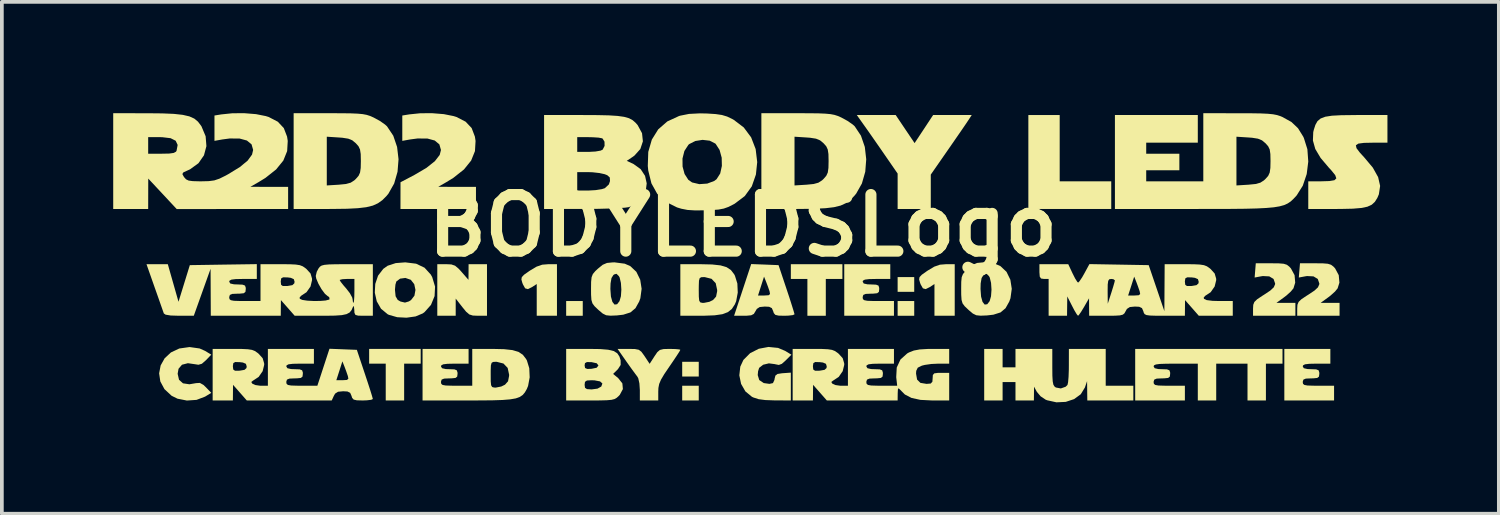
<source format=kicad_pcb>
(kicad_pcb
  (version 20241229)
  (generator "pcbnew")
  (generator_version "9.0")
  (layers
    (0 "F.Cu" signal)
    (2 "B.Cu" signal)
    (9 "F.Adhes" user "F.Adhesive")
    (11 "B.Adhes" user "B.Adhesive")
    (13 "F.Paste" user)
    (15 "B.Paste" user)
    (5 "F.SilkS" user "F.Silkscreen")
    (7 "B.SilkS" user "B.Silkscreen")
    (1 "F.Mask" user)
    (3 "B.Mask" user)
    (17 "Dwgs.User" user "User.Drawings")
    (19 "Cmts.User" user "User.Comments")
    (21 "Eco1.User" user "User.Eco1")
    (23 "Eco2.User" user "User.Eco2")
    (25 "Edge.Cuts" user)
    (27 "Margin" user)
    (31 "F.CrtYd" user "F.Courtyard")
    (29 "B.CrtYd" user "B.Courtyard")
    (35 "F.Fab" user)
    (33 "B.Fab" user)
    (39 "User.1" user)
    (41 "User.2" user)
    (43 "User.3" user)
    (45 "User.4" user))
  (footprint "BODYLEDSLogo"
    (layer "F.Cu")
    (at 16.966 3.026)
    (property "Reference" "BODYLEDSLogo" (at 0 0 0) (layer "F.SilkS") (effects (font (size 1.524 1.524) (thickness 0.3))))
    (attr board_only exclude_from_pos_files exclude_from_bom)
    (fp_poly (pts (xy -4.316 2.431) (xy -4.763 2.431) (xy -4.763 2.034) (xy -4.316 2.034)) (stroke (width 0) (type solid)) (fill yes) (layer "F.SilkS"))
    (fp_poly (pts (xy -1.191 4.068) (xy -1.637 4.068) (xy -1.637 3.671) (xy -1.191 3.671)) (stroke (width 0) (type solid)) (fill yes) (layer "F.SilkS"))
    (fp_poly (pts (xy -1.191 4.713) (xy -1.637 4.713) (xy -1.637 4.316) (xy -1.191 4.316)) (stroke (width 0) (type solid)) (fill yes) (layer "F.SilkS"))
    (fp_poly (pts (xy 4.614 1.786) (xy 4.167 1.786) (xy 4.167 1.389) (xy 4.614 1.389)) (stroke (width 0) (type solid)) (fill yes) (layer "F.SilkS"))
    (fp_poly (pts (xy 4.614 2.431) (xy 4.167 2.431) (xy 4.167 2.034) (xy 4.614 2.034)) (stroke (width 0) (type solid)) (fill yes) (layer "F.SilkS"))
    (fp_poly (pts (xy 8.533 -1.191) (xy 9.922 -1.191) (xy 9.922 -0.446) (xy 7.689 -0.446) (xy 7.689 -2.977) (xy 8.533 -2.977)) (stroke (width 0) (type solid)) (fill yes) (layer "F.SilkS"))
    (fp_poly (pts (xy -8.682 3.721) (xy -9.128 3.721) (xy -9.128 4.713) (xy -9.624 4.713) (xy -9.624 3.721) (xy -10.071 3.721) (xy -10.071 3.324) (xy -8.682 3.324)) (stroke (width 0) (type solid)) (fill yes) (layer "F.SilkS"))
    (fp_poly (pts (xy 2.679 1.439) (xy 2.232 1.439) (xy 2.232 2.431) (xy 1.736 2.431) (xy 1.736 1.439) (xy 1.29 1.439) (xy 1.29 1.042) (xy 2.679 1.042)) (stroke (width 0) (type solid)) (fill yes) (layer "F.SilkS"))
    (fp_poly (pts (xy -5.011 2.431) (xy -5.556 2.431) (xy -5.556 1.576) (xy -5.682 1.658) (xy -5.793 1.713) (xy -5.868 1.692) (xy -5.928 1.585) (xy -5.946 1.538) (xy -5.969 1.453) (xy -5.958 1.39) (xy -5.897 1.325) (xy -5.769 1.235) (xy -5.74 1.215) (xy -5.561 1.108) (xy -5.409 1.055) (xy -5.247 1.042) (xy -5.011 1.042)) (stroke (width 0) (type solid)) (fill yes) (layer "F.SilkS"))
    (fp_poly (pts (xy 5.705 2.431) (xy 5.159 2.431) (xy 5.159 1.576) (xy 5.034 1.658) (xy 4.923 1.713) (xy 4.848 1.692) (xy 4.787 1.585) (xy 4.77 1.538) (xy 4.746 1.453) (xy 4.757 1.39) (xy 4.819 1.325) (xy 4.946 1.235) (xy 4.975 1.215) (xy 5.154 1.108) (xy 5.307 1.055) (xy 5.469 1.042) (xy 5.705 1.042)) (stroke (width 0) (type solid)) (fill yes) (layer "F.SilkS"))
    (fp_poly (pts (xy -7.857 1.048) (xy -7.756 1.082) (xy -7.659 1.164) (xy -7.579 1.252) (xy -7.395 1.463) (xy -7.393 1.253) (xy -7.392 1.042) (xy -6.896 1.042) (xy -6.896 2.431) (xy -7.137 2.431) (xy -7.278 2.425) (xy -7.373 2.395) (xy -7.458 2.322) (xy -7.559 2.199) (xy -7.739 1.968) (xy -7.739 2.431) (xy -8.235 2.431) (xy -8.235 1.042) (xy -8 1.041)) (stroke (width 0) (type solid)) (fill yes) (layer "F.SilkS"))
    (fp_poly (pts (xy 4.369 -2.599) (xy 4.624 -2.221) (xy 4.874 -2.599) (xy 5.123 -2.977) (xy 6.163 -2.977) (xy 6.074 -2.84) (xy 6.016 -2.753) (xy 5.913 -2.602) (xy 5.777 -2.405) (xy 5.62 -2.178) (xy 5.523 -2.038) (xy 5.06 -1.372) (xy 5.06 -0.446) (xy 4.167 -0.446) (xy 4.167 -1.4) (xy 3.837 -1.878) (xy 3.678 -2.108) (xy 3.513 -2.345) (xy 3.366 -2.556) (xy 3.287 -2.667) (xy 3.067 -2.977) (xy 4.115 -2.977)) (stroke (width 0) (type solid)) (fill yes) (layer "F.SilkS"))
    (fp_poly (pts (xy 3.969 1.439) (xy 3.597 1.439) (xy 3.4 1.443) (xy 3.285 1.457) (xy 3.233 1.485) (xy 3.225 1.513) (xy 3.254 1.562) (xy 3.353 1.584) (xy 3.448 1.587) (xy 3.586 1.593) (xy 3.651 1.618) (xy 3.67 1.678) (xy 3.671 1.712) (xy 3.662 1.788) (xy 3.616 1.824) (xy 3.508 1.835) (xy 3.448 1.836) (xy 3.308 1.842) (xy 3.242 1.869) (xy 3.225 1.928) (xy 3.225 1.935) (xy 3.232 1.983) (xy 3.269 2.012) (xy 3.353 2.028) (xy 3.505 2.033) (xy 3.646 2.034) (xy 4.068 2.034) (xy 4.068 2.431) (xy 2.729 2.431) (xy 2.729 1.042) (xy 3.969 1.042)) (stroke (width 0) (type solid)) (fill yes) (layer "F.SilkS"))
    (fp_poly (pts (xy 15.825 3.721) (xy 15.453 3.721) (xy 15.257 3.725) (xy 15.142 3.739) (xy 15.09 3.767) (xy 15.081 3.795) (xy 15.11 3.844) (xy 15.21 3.867) (xy 15.304 3.87) (xy 15.442 3.875) (xy 15.508 3.9) (xy 15.527 3.96) (xy 15.528 3.994) (xy 15.518 4.07) (xy 15.473 4.106) (xy 15.365 4.117) (xy 15.304 4.118) (xy 15.165 4.124) (xy 15.099 4.151) (xy 15.081 4.21) (xy 15.081 4.217) (xy 15.089 4.265) (xy 15.126 4.295) (xy 15.21 4.31) (xy 15.362 4.315) (xy 15.503 4.316) (xy 15.925 4.316) (xy 15.925 4.713) (xy 14.585 4.713) (xy 14.585 3.324) (xy 15.825 3.324)) (stroke (width 0) (type solid)) (fill yes) (layer "F.SilkS"))
    (fp_poly (pts (xy 14.435 1.019) (xy 14.568 1.03) (xy 14.653 1.057) (xy 14.717 1.106) (xy 14.763 1.156) (xy 14.861 1.337) (xy 14.878 1.539) (xy 14.831 1.692) (xy 14.76 1.778) (xy 14.642 1.885) (xy 14.575 1.936) (xy 14.372 2.084) (xy 14.883 2.084) (xy 14.883 2.431) (xy 13.742 2.431) (xy 13.742 2.239) (xy 13.748 2.135) (xy 13.778 2.059) (xy 13.851 1.988) (xy 13.986 1.897) (xy 14.039 1.864) (xy 14.207 1.752) (xy 14.3 1.665) (xy 14.335 1.585) (xy 14.337 1.561) (xy 14.295 1.44) (xy 14.18 1.37) (xy 14.006 1.361) (xy 13.961 1.368) (xy 13.785 1.401) (xy 13.816 1.017) (xy 14.23 1.017)) (stroke (width 0) (type solid)) (fill yes) (layer "F.SilkS"))
    (fp_poly (pts (xy 15.626 1.019) (xy 15.758 1.03) (xy 15.843 1.057) (xy 15.908 1.106) (xy 15.954 1.156) (xy 16.051 1.337) (xy 16.069 1.539) (xy 16.021 1.692) (xy 15.951 1.778) (xy 15.832 1.885) (xy 15.766 1.936) (xy 15.562 2.084) (xy 16.073 2.084) (xy 16.073 2.431) (xy 14.932 2.431) (xy 14.932 2.239) (xy 14.938 2.135) (xy 14.969 2.059) (xy 15.042 1.988) (xy 15.177 1.897) (xy 15.23 1.864) (xy 15.398 1.752) (xy 15.491 1.665) (xy 15.526 1.585) (xy 15.528 1.561) (xy 15.486 1.44) (xy 15.371 1.37) (xy 15.197 1.361) (xy 15.152 1.368) (xy 14.975 1.401) (xy 15.007 1.017) (xy 15.42 1.017)) (stroke (width 0) (type solid)) (fill yes) (layer "F.SilkS"))
    (fp_poly (pts (xy -14.638 3.312) (xy -14.492 3.377) (xy -14.324 3.479) (xy -14.466 3.627) (xy -14.577 3.724) (xy -14.671 3.751) (xy -14.733 3.741) (xy -14.954 3.709) (xy -15.113 3.75) (xy -15.206 3.859) (xy -15.23 3.994) (xy -15.193 4.156) (xy -15.086 4.251) (xy -14.914 4.277) (xy -14.733 4.246) (xy -14.632 4.24) (xy -14.535 4.294) (xy -14.466 4.36) (xy -14.324 4.508) (xy -14.492 4.61) (xy -14.721 4.697) (xy -14.981 4.715) (xy -15.234 4.665) (xy -15.392 4.587) (xy -15.586 4.407) (xy -15.697 4.2) (xy -15.729 3.982) (xy -15.688 3.769) (xy -15.58 3.576) (xy -15.411 3.419) (xy -15.186 3.313) (xy -14.911 3.274) (xy -14.908 3.274)) (stroke (width 0) (type solid)) (fill yes) (layer "F.SilkS"))
    (fp_poly (pts (xy -8.059 -3.001) (xy -7.797 -2.949) (xy -7.717 -2.924) (xy -7.471 -2.797) (xy -7.309 -2.625) (xy -7.222 -2.396) (xy -7.204 -2.279) (xy -7.22 -2.005) (xy -7.323 -1.75) (xy -7.516 -1.511) (xy -7.804 -1.283) (xy -7.994 -1.167) (xy -8.21 -1.043) (xy -7.702 -1.042) (xy -7.193 -1.042) (xy -7.193 -0.446) (xy -9.227 -0.446) (xy -9.226 -1.166) (xy -8.851 -1.363) (xy -8.528 -1.553) (xy -8.301 -1.733) (xy -8.17 -1.902) (xy -8.136 -2.035) (xy -8.179 -2.186) (xy -8.303 -2.29) (xy -8.502 -2.344) (xy -8.769 -2.345) (xy -8.967 -2.319) (xy -9.178 -2.281) (xy -9.178 -2.964) (xy -8.992 -2.994) (xy -8.691 -3.025) (xy -8.369 -3.026)) (stroke (width 0) (type solid)) (fill yes) (layer "F.SilkS"))
    (fp_poly (pts (xy -2.911 3.327) (xy -2.808 3.347) (xy -2.737 3.4) (xy -2.663 3.501) (xy -2.647 3.525) (xy -2.514 3.726) (xy -2.385 3.525) (xy -2.308 3.412) (xy -2.238 3.352) (xy -2.14 3.328) (xy -1.98 3.324) (xy -1.972 3.324) (xy -1.819 3.328) (xy -1.715 3.338) (xy -1.687 3.349) (xy -1.713 3.397) (xy -1.785 3.509) (xy -1.89 3.666) (xy -1.984 3.803) (xy -2.121 4.005) (xy -2.208 4.152) (xy -2.257 4.268) (xy -2.278 4.376) (xy -2.282 4.473) (xy -2.282 4.713) (xy -2.778 4.713) (xy -2.778 4.432) (xy -2.79 4.253) (xy -2.82 4.117) (xy -2.844 4.072) (xy -2.902 3.995) (xy -2.999 3.863) (xy -3.115 3.7) (xy -3.144 3.659) (xy -3.378 3.324) (xy -3.079 3.324)) (stroke (width 0) (type solid)) (fill yes) (layer "F.SilkS"))
    (fp_poly (pts (xy 0.591 1.052) (xy 0.959 1.067) (xy 1.174 1.71) (xy 1.253 1.948) (xy 1.318 2.152) (xy 1.365 2.304) (xy 1.388 2.385) (xy 1.389 2.392) (xy 1.344 2.413) (xy 1.229 2.427) (xy 1.117 2.431) (xy 0.959 2.427) (xy 0.873 2.407) (xy 0.831 2.359) (xy 0.814 2.307) (xy 0.778 2.225) (xy 0.705 2.189) (xy 0.589 2.183) (xy 0.451 2.196) (xy 0.374 2.246) (xy 0.338 2.307) (xy 0.293 2.381) (xy 0.222 2.418) (xy 0.097 2.43) (xy 0.021 2.431) (xy -0.239 2.431) (xy -0.058 1.885) (xy 0.406 1.885) (xy 0.578 1.885) (xy 0.692 1.878) (xy 0.729 1.845) (xy 0.717 1.774) (xy 0.672 1.643) (xy 0.625 1.519) (xy 0.568 1.377) (xy 0.406 1.885) (xy -0.058 1.885) (xy 0.222 1.038)) (stroke (width 0) (type solid)) (fill yes) (layer "F.SilkS"))
    (fp_poly (pts (xy 0.946 3.297) (xy 1.136 3.377) (xy 1.305 3.48) (xy 1.153 3.632) (xy 1.048 3.726) (xy 0.966 3.756) (xy 0.87 3.737) (xy 0.86 3.734) (xy 0.699 3.713) (xy 0.544 3.75) (xy 0.438 3.833) (xy 0.436 3.835) (xy 0.407 3.927) (xy 0.398 4.029) (xy 0.439 4.163) (xy 0.559 4.244) (xy 0.713 4.266) (xy 0.808 4.245) (xy 0.848 4.16) (xy 0.852 4.13) (xy 0.874 4.043) (xy 0.93 3.999) (xy 1.052 3.98) (xy 1.079 3.978) (xy 1.29 3.963) (xy 1.29 4.713) (xy 0.856 4.711) (xy 0.602 4.702) (xy 0.42 4.678) (xy 0.28 4.632) (xy 0.242 4.614) (xy 0.065 4.468) (xy -0.05 4.267) (xy -0.098 4.036) (xy -0.072 3.802) (xy 0.012 3.621) (xy 0.193 3.439) (xy 0.427 3.32) (xy 0.687 3.271)) (stroke (width 0) (type solid)) (fill yes) (layer "F.SilkS"))
    (fp_poly (pts (xy 14.536 3.721) (xy 14.089 3.721) (xy 14.089 4.713) (xy 13.593 4.713) (xy 13.593 3.721) (xy 12.75 3.721) (xy 12.75 4.713) (xy 12.254 4.713) (xy 12.254 3.721) (xy 11.658 3.721) (xy 11.402 3.723) (xy 11.229 3.729) (xy 11.125 3.743) (xy 11.075 3.766) (xy 11.063 3.795) (xy 11.092 3.844) (xy 11.191 3.867) (xy 11.286 3.87) (xy 11.424 3.875) (xy 11.489 3.9) (xy 11.509 3.96) (xy 11.509 3.994) (xy 11.5 4.07) (xy 11.455 4.106) (xy 11.346 4.117) (xy 11.286 4.118) (xy 11.147 4.124) (xy 11.081 4.151) (xy 11.063 4.21) (xy 11.063 4.217) (xy 11.071 4.265) (xy 11.107 4.295) (xy 11.192 4.31) (xy 11.344 4.315) (xy 11.485 4.316) (xy 11.906 4.316) (xy 11.906 4.713) (xy 10.567 4.713) (xy 10.567 3.324) (xy 14.536 3.324)) (stroke (width 0) (type solid)) (fill yes) (layer "F.SilkS"))
    (fp_poly (pts (xy -0.831 1.049) (xy -0.604 1.074) (xy -0.441 1.122) (xy -0.324 1.2) (xy -0.237 1.313) (xy -0.216 1.353) (xy -0.151 1.562) (xy -0.14 1.807) (xy -0.183 2.039) (xy -0.218 2.123) (xy -0.299 2.247) (xy -0.406 2.333) (xy -0.555 2.389) (xy -0.764 2.419) (xy -1.05 2.43) (xy -1.139 2.431) (xy -1.687 2.431) (xy -1.687 1.736) (xy -1.191 1.736) (xy -1.189 1.918) (xy -1.179 2.021) (xy -1.152 2.069) (xy -1.098 2.083) (xy -1.053 2.084) (xy -0.905 2.055) (xy -0.805 2.006) (xy -0.724 1.914) (xy -0.695 1.77) (xy -0.695 1.736) (xy -0.734 1.554) (xy -0.846 1.436) (xy -1.027 1.39) (xy -1.053 1.389) (xy -1.125 1.393) (xy -1.166 1.418) (xy -1.185 1.487) (xy -1.19 1.622) (xy -1.191 1.736) (xy -1.687 1.736) (xy -1.687 1.042) (xy -1.139 1.042)) (stroke (width 0) (type solid)) (fill yes) (layer "F.SilkS"))
    (fp_poly (pts (xy -8.806 1.028) (xy -8.579 1.136) (xy -8.411 1.32) (xy -8.372 1.39) (xy -8.295 1.644) (xy -8.308 1.901) (xy -8.405 2.138) (xy -8.579 2.333) (xy -8.627 2.368) (xy -8.82 2.449) (xy -9.063 2.483) (xy -9.314 2.47) (xy -9.536 2.407) (xy -9.572 2.39) (xy -9.751 2.242) (xy -9.866 2.042) (xy -9.918 1.811) (xy -9.915 1.736) (xy -9.375 1.736) (xy -9.358 1.906) (xy -9.3 2.006) (xy -9.227 2.047) (xy -9.105 2.076) (xy -8.999 2.044) (xy -8.941 2.006) (xy -8.851 1.89) (xy -8.823 1.735) (xy -8.856 1.58) (xy -8.948 1.463) (xy -8.952 1.461) (xy -9.094 1.412) (xy -9.237 1.431) (xy -9.338 1.507) (xy -9.363 1.592) (xy -9.375 1.723) (xy -9.375 1.736) (xy -9.915 1.736) (xy -9.906 1.573) (xy -9.831 1.351) (xy -9.691 1.168) (xy -9.572 1.083) (xy -9.354 1.012) (xy -9.099 0.992)) (stroke (width 0) (type solid)) (fill yes) (layer "F.SilkS"))
    (fp_poly (pts (xy 17.363 -2.977) (xy 17.363 -2.232) (xy 16.979 -2.232) (xy 16.732 -2.227) (xy 16.579 -2.207) (xy 16.513 -2.162) (xy 16.529 -2.084) (xy 16.621 -1.963) (xy 16.734 -1.84) (xy 16.969 -1.56) (xy 17.112 -1.304) (xy 17.166 -1.067) (xy 17.132 -0.841) (xy 17.09 -0.743) (xy 17.024 -0.638) (xy 16.94 -0.561) (xy 16.823 -0.507) (xy 16.658 -0.473) (xy 16.431 -0.454) (xy 16.125 -0.447) (xy 15.977 -0.446) (xy 15.23 -0.446) (xy 15.23 -1.191) (xy 15.565 -1.191) (xy 15.797 -1.198) (xy 15.935 -1.221) (xy 15.986 -1.271) (xy 15.956 -1.357) (xy 15.851 -1.487) (xy 15.792 -1.55) (xy 15.563 -1.82) (xy 15.419 -2.062) (xy 15.355 -2.29) (xy 15.364 -2.516) (xy 15.379 -2.579) (xy 15.422 -2.712) (xy 15.478 -2.812) (xy 15.562 -2.883) (xy 15.687 -2.931) (xy 15.867 -2.959) (xy 16.115 -2.972) (xy 16.446 -2.976) (xy 16.527 -2.977)) (stroke (width 0) (type solid)) (fill yes) (layer "F.SilkS"))
    (fp_poly (pts (xy 6.995 3.82) (xy 7.342 3.82) (xy 7.342 3.324) (xy 8.334 3.324) (xy 8.334 3.818) (xy 8.336 4.048) (xy 8.345 4.198) (xy 8.363 4.288) (xy 8.395 4.339) (xy 8.43 4.364) (xy 8.564 4.389) (xy 8.694 4.343) (xy 8.743 4.295) (xy 8.759 4.224) (xy 8.772 4.08) (xy 8.779 3.887) (xy 8.78 3.783) (xy 8.781 3.324) (xy 9.773 3.324) (xy 9.773 4.316) (xy 10.517 4.316) (xy 10.517 4.713) (xy 9.277 4.713) (xy 9.274 4.452) (xy 9.271 4.192) (xy 9.212 4.364) (xy 9.101 4.545) (xy 8.922 4.676) (xy 8.696 4.751) (xy 8.446 4.763) (xy 8.193 4.707) (xy 8.152 4.69) (xy 8.018 4.6) (xy 7.918 4.481) (xy 7.842 4.341) (xy 7.84 4.527) (xy 7.838 4.713) (xy 7.342 4.713) (xy 7.342 4.217) (xy 6.995 4.217) (xy 6.995 4.713) (xy 6.499 4.713) (xy 6.499 3.324) (xy 6.995 3.324)) (stroke (width 0) (type solid)) (fill yes) (layer "F.SilkS"))
    (fp_poly (pts (xy -3.185 1.028) (xy -3.036 1.093) (xy -2.872 1.247) (xy -2.768 1.46) (xy -2.73 1.705) (xy -2.764 1.959) (xy -2.796 2.048) (xy -2.897 2.228) (xy -3.032 2.341) (xy -3.224 2.402) (xy -3.396 2.422) (xy -3.571 2.429) (xy -3.686 2.417) (xy -3.777 2.372) (xy -3.882 2.284) (xy -3.902 2.266) (xy -3.998 2.174) (xy -4.055 2.097) (xy -4.083 2.004) (xy -4.092 1.865) (xy -4.093 1.712) (xy -4.093 1.708) (xy -3.572 1.708) (xy -3.557 1.914) (xy -3.517 2.058) (xy -3.459 2.13) (xy -3.39 2.12) (xy -3.326 2.037) (xy -3.288 1.906) (xy -3.276 1.728) (xy -3.288 1.546) (xy -3.322 1.402) (xy -3.343 1.363) (xy -3.407 1.3) (xy -3.471 1.318) (xy -3.492 1.335) (xy -3.542 1.415) (xy -3.567 1.56) (xy -3.572 1.708) (xy -4.093 1.708) (xy -4.091 1.518) (xy -4.078 1.393) (xy -4.044 1.307) (xy -3.979 1.229) (xy -3.907 1.162) (xy -3.78 1.058) (xy -3.663 1.008) (xy -3.509 0.993) (xy -3.461 0.992)) (stroke (width 0) (type solid)) (fill yes) (layer "F.SilkS"))
    (fp_poly (pts (xy 6.787 1.028) (xy 6.936 1.093) (xy 7.1 1.247) (xy 7.204 1.46) (xy 7.242 1.705) (xy 7.207 1.959) (xy 7.175 2.048) (xy 7.074 2.228) (xy 6.939 2.341) (xy 6.747 2.402) (xy 6.576 2.422) (xy 6.4 2.429) (xy 6.286 2.417) (xy 6.194 2.372) (xy 6.089 2.284) (xy 6.07 2.266) (xy 5.973 2.174) (xy 5.916 2.097) (xy 5.889 2.004) (xy 5.88 1.865) (xy 5.879 1.712) (xy 5.879 1.708) (xy 6.4 1.708) (xy 6.415 1.914) (xy 6.455 2.058) (xy 6.513 2.13) (xy 6.582 2.12) (xy 6.646 2.037) (xy 6.683 1.906) (xy 6.696 1.728) (xy 6.684 1.546) (xy 6.649 1.402) (xy 6.628 1.363) (xy 6.564 1.3) (xy 6.501 1.318) (xy 6.479 1.335) (xy 6.429 1.415) (xy 6.404 1.56) (xy 6.4 1.708) (xy 5.879 1.708) (xy 5.881 1.518) (xy 5.893 1.393) (xy 5.927 1.307) (xy 5.992 1.229) (xy 6.064 1.162) (xy 6.192 1.058) (xy 6.308 1.008) (xy 6.463 0.993) (xy 6.511 0.992)) (stroke (width 0) (type solid)) (fill yes) (layer "F.SilkS"))
    (fp_poly (pts (xy -11.15 -3.026) (xy -10.816 -3.025) (xy -10.564 -3.022) (xy -10.378 -3.014) (xy -10.241 -3.001) (xy -10.136 -2.981) (xy -10.046 -2.952) (xy -9.955 -2.912) (xy -9.947 -2.908) (xy -9.783 -2.819) (xy -9.643 -2.721) (xy -9.59 -2.673) (xy -9.421 -2.42) (xy -9.318 -2.117) (xy -9.279 -1.785) (xy -9.306 -1.449) (xy -9.397 -1.132) (xy -9.552 -0.858) (xy -9.604 -0.795) (xy -9.715 -0.684) (xy -9.833 -0.6) (xy -9.972 -0.537) (xy -10.147 -0.494) (xy -10.373 -0.467) (xy -10.665 -0.452) (xy -11.036 -0.447) (xy -11.171 -0.446) (xy -12.105 -0.446) (xy -12.105 -2.393) (xy -11.212 -2.393) (xy -11.212 -1.08) (xy -10.888 -1.1) (xy -10.696 -1.119) (xy -10.569 -1.154) (xy -10.472 -1.216) (xy -10.429 -1.256) (xy -10.356 -1.339) (xy -10.316 -1.427) (xy -10.298 -1.552) (xy -10.294 -1.736) (xy -10.298 -1.926) (xy -10.317 -2.049) (xy -10.358 -2.136) (xy -10.429 -2.216) (xy -10.524 -2.295) (xy -10.633 -2.34) (xy -10.792 -2.365) (xy -10.888 -2.372) (xy -11.212 -2.393) (xy -12.105 -2.393) (xy -12.105 -3.026)) (stroke (width 0) (type solid)) (fill yes) (layer "F.SilkS"))
    (fp_poly (pts (xy 1.451 -3.026) (xy 1.785 -3.025) (xy 2.037 -3.022) (xy 2.223 -3.014) (xy 2.36 -3.001) (xy 2.465 -2.981) (xy 2.555 -2.952) (xy 2.646 -2.912) (xy 2.654 -2.908) (xy 2.817 -2.819) (xy 2.958 -2.721) (xy 3.011 -2.673) (xy 3.179 -2.42) (xy 3.283 -2.117) (xy 3.321 -1.785) (xy 3.295 -1.449) (xy 3.204 -1.132) (xy 3.049 -0.858) (xy 2.996 -0.795) (xy 2.886 -0.684) (xy 2.768 -0.6) (xy 2.629 -0.537) (xy 2.453 -0.494) (xy 2.227 -0.467) (xy 1.936 -0.452) (xy 1.565 -0.447) (xy 1.43 -0.446) (xy 0.496 -0.446) (xy 0.496 -2.393) (xy 1.389 -2.393) (xy 1.389 -1.08) (xy 1.713 -1.1) (xy 1.905 -1.119) (xy 2.032 -1.154) (xy 2.129 -1.216) (xy 2.172 -1.256) (xy 2.244 -1.339) (xy 2.285 -1.427) (xy 2.303 -1.552) (xy 2.307 -1.736) (xy 2.303 -1.926) (xy 2.284 -2.049) (xy 2.243 -2.136) (xy 2.172 -2.216) (xy 2.077 -2.295) (xy 1.968 -2.34) (xy 1.809 -2.365) (xy 1.713 -2.372) (xy 1.389 -2.393) (xy 0.496 -2.393) (xy 0.496 -3.026)) (stroke (width 0) (type solid)) (fill yes) (layer "F.SilkS"))
    (fp_poly (pts (xy -3.848 3.328) (xy -3.631 3.346) (xy -3.483 3.381) (xy -3.387 3.441) (xy -3.328 3.53) (xy -3.296 3.631) (xy -3.295 3.756) (xy -3.368 3.869) (xy -3.381 3.882) (xy -3.498 3.998) (xy -3.361 4.111) (xy -3.249 4.253) (xy -3.235 4.406) (xy -3.318 4.561) (xy -3.346 4.591) (xy -3.401 4.641) (xy -3.46 4.675) (xy -3.543 4.696) (xy -3.669 4.707) (xy -3.856 4.712) (xy -4.115 4.713) (xy -4.763 4.713) (xy -4.763 4.291) (xy -4.266 4.291) (xy -4.255 4.372) (xy -4.202 4.407) (xy -4.08 4.415) (xy -4.074 4.415) (xy -3.918 4.394) (xy -3.818 4.338) (xy -3.817 4.337) (xy -3.787 4.256) (xy -3.85 4.199) (xy -3.999 4.171) (xy -4.08 4.168) (xy -4.203 4.175) (xy -4.256 4.211) (xy -4.266 4.291) (xy -4.763 4.291) (xy -4.763 3.77) (xy -4.266 3.77) (xy -4.253 3.839) (xy -4.194 3.864) (xy -4.08 3.86) (xy -3.941 3.831) (xy -3.894 3.772) (xy -3.894 3.77) (xy -3.939 3.711) (xy -4.076 3.681) (xy -4.08 3.681) (xy -4.203 3.678) (xy -4.256 3.707) (xy -4.266 3.77) (xy -4.763 3.77) (xy -4.763 3.324) (xy -4.148 3.324)) (stroke (width 0) (type solid)) (fill yes) (layer "F.SilkS"))
    (fp_poly (pts (xy -0.97 -3.018) (xy -0.736 -3.003) (xy -0.566 -2.978) (xy -0.426 -2.936) (xy -0.283 -2.867) (xy -0.246 -2.846) (xy 0.022 -2.642) (xy 0.22 -2.376) (xy 0.342 -2.06) (xy 0.384 -1.709) (xy 0.349 -1.374) (xy 0.238 -1.055) (xy 0.049 -0.794) (xy -0.223 -0.588) (xy -0.252 -0.572) (xy -0.39 -0.502) (xy -0.516 -0.457) (xy -0.66 -0.43) (xy -0.854 -0.416) (xy -1.017 -0.41) (xy -1.288 -0.407) (xy -1.493 -0.42) (xy -1.662 -0.453) (xy -1.776 -0.488) (xy -2.081 -0.64) (xy -2.31 -0.855) (xy -2.466 -1.136) (xy -2.552 -1.484) (xy -2.564 -1.606) (xy -2.557 -1.805) (xy -1.629 -1.805) (xy -1.627 -1.589) (xy -1.573 -1.389) (xy -1.472 -1.232) (xy -1.371 -1.161) (xy -1.175 -1.115) (xy -0.962 -1.13) (xy -0.775 -1.2) (xy -0.711 -1.248) (xy -0.613 -1.402) (xy -0.568 -1.606) (xy -0.573 -1.828) (xy -0.63 -2.037) (xy -0.735 -2.199) (xy -0.746 -2.209) (xy -0.896 -2.286) (xy -1.088 -2.308) (xy -1.285 -2.277) (xy -1.446 -2.195) (xy -1.471 -2.173) (xy -1.578 -2.008) (xy -1.629 -1.805) (xy -2.557 -1.805) (xy -2.551 -1.984) (xy -2.455 -2.315) (xy -2.283 -2.591) (xy -2.037 -2.805) (xy -1.723 -2.95) (xy -1.693 -2.959) (xy -1.453 -3.007) (xy -1.159 -3.022)) (stroke (width 0) (type solid)) (fill yes) (layer "F.SilkS"))
    (fp_poly (pts (xy -3.921 -2.975) (xy -3.613 -2.968) (xy -3.378 -2.953) (xy -3.201 -2.928) (xy -3.07 -2.891) (xy -2.972 -2.838) (xy -2.892 -2.768) (xy -2.837 -2.705) (xy -2.719 -2.487) (xy -2.696 -2.268) (xy -2.765 -2.061) (xy -2.924 -1.884) (xy -2.966 -1.853) (xy -3.13 -1.743) (xy -2.948 -1.657) (xy -2.756 -1.519) (xy -2.638 -1.339) (xy -2.593 -1.136) (xy -2.619 -0.93) (xy -2.713 -0.74) (xy -2.873 -0.587) (xy -3.073 -0.496) (xy -3.175 -0.481) (xy -3.358 -0.468) (xy -3.606 -0.458) (xy -3.898 -0.45) (xy -4.219 -0.447) (xy -4.304 -0.447) (xy -5.358 -0.446) (xy -5.358 -0.943) (xy -4.465 -0.943) (xy -4.155 -0.943) (xy -3.968 -0.954) (xy -3.804 -0.98) (xy -3.721 -1.006) (xy -3.612 -1.108) (xy -3.582 -1.198) (xy -3.588 -1.295) (xy -3.655 -1.355) (xy -3.725 -1.383) (xy -3.866 -1.414) (xy -4.054 -1.435) (xy -4.175 -1.439) (xy -4.465 -1.439) (xy -4.465 -0.943) (xy -5.358 -0.943) (xy -5.358 -1.984) (xy -4.465 -1.984) (xy -4.152 -1.984) (xy -3.973 -1.994) (xy -3.836 -2.018) (xy -3.78 -2.044) (xy -3.728 -2.145) (xy -3.73 -2.259) (xy -3.781 -2.342) (xy -3.799 -2.351) (xy -3.89 -2.368) (xy -4.041 -2.378) (xy -4.171 -2.381) (xy -4.465 -2.381) (xy -4.465 -1.984) (xy -5.358 -1.984) (xy -5.358 -2.977) (xy -4.314 -2.977)) (stroke (width 0) (type solid)) (fill yes) (layer "F.SilkS"))
    (fp_poly (pts (xy 13.357 -3.025) (xy 13.696 -3.024) (xy 13.952 -3.02) (xy 14.142 -3.011) (xy 14.282 -2.997) (xy 14.389 -2.976) (xy 14.479 -2.947) (xy 14.536 -2.923) (xy 14.778 -2.788) (xy 14.953 -2.622) (xy 15.094 -2.395) (xy 15.112 -2.356) (xy 15.206 -2.056) (xy 15.23 -1.723) (xy 15.188 -1.387) (xy 15.083 -1.074) (xy 14.92 -0.815) (xy 14.903 -0.795) (xy 14.829 -0.716) (xy 14.757 -0.649) (xy 14.677 -0.595) (xy 14.581 -0.551) (xy 14.458 -0.517) (xy 14.3 -0.491) (xy 14.098 -0.473) (xy 13.842 -0.46) (xy 13.523 -0.452) (xy 13.132 -0.448) (xy 12.659 -0.447) (xy 12.145 -0.446) (xy 10.021 -0.446) (xy 10.021 -2.977) (xy 12.254 -2.977) (xy 12.254 -2.232) (xy 10.864 -2.232) (xy 10.864 -1.935) (xy 11.757 -1.935) (xy 11.757 -1.488) (xy 10.864 -1.488) (xy 10.864 -1.191) (xy 12.402 -1.191) (xy 12.402 -2.393) (xy 13.295 -2.393) (xy 13.295 -1.08) (xy 13.619 -1.1) (xy 13.811 -1.119) (xy 13.938 -1.154) (xy 14.035 -1.216) (xy 14.078 -1.256) (xy 14.151 -1.339) (xy 14.191 -1.427) (xy 14.209 -1.552) (xy 14.213 -1.736) (xy 14.209 -1.926) (xy 14.191 -2.049) (xy 14.149 -2.136) (xy 14.078 -2.216) (xy 13.983 -2.295) (xy 13.874 -2.34) (xy 13.715 -2.365) (xy 13.619 -2.372) (xy 13.295 -2.393) (xy 12.402 -2.393) (xy 12.402 -3.026)) (stroke (width 0) (type solid)) (fill yes) (layer "F.SilkS"))
    (fp_poly (pts (xy -7.392 3.721) (xy -7.764 3.721) (xy -7.96 3.725) (xy -8.075 3.739) (xy -8.127 3.767) (xy -8.136 3.795) (xy -8.107 3.844) (xy -8.007 3.867) (xy -7.913 3.87) (xy -7.775 3.875) (xy -7.71 3.9) (xy -7.69 3.96) (xy -7.689 3.994) (xy -7.699 4.07) (xy -7.744 4.106) (xy -7.852 4.117) (xy -7.913 4.118) (xy -8.052 4.124) (xy -8.118 4.151) (xy -8.136 4.21) (xy -8.136 4.217) (xy -8.128 4.265) (xy -8.092 4.295) (xy -8.007 4.31) (xy -7.855 4.315) (xy -7.714 4.316) (xy -7.293 4.316) (xy -7.293 4.018) (xy -6.796 4.018) (xy -6.795 4.2) (xy -6.785 4.303) (xy -6.757 4.351) (xy -6.704 4.365) (xy -6.659 4.366) (xy -6.511 4.337) (xy -6.411 4.288) (xy -6.329 4.196) (xy -6.301 4.052) (xy -6.3 4.018) (xy -6.339 3.836) (xy -6.452 3.718) (xy -6.633 3.672) (xy -6.659 3.671) (xy -6.731 3.675) (xy -6.772 3.7) (xy -6.791 3.769) (xy -6.796 3.904) (xy -6.796 4.018) (xy -7.293 4.018) (xy -7.293 3.324) (xy -6.744 3.324) (xy -6.436 3.331) (xy -6.21 3.356) (xy -6.047 3.404) (xy -5.93 3.482) (xy -5.843 3.596) (xy -5.821 3.635) (xy -5.757 3.844) (xy -5.746 4.089) (xy -5.789 4.321) (xy -5.824 4.406) (xy -5.875 4.495) (xy -5.934 4.565) (xy -6.012 4.618) (xy -6.12 4.657) (xy -6.272 4.683) (xy -6.479 4.7) (xy -6.753 4.709) (xy -7.105 4.712) (xy -7.414 4.713) (xy -8.632 4.713) (xy -8.632 3.324) (xy -7.392 3.324)) (stroke (width 0) (type solid)) (fill yes) (layer "F.SilkS"))
    (fp_poly (pts (xy -13.119 -3.001) (xy -12.857 -2.949) (xy -12.777 -2.924) (xy -12.532 -2.797) (xy -12.37 -2.625) (xy -12.282 -2.396) (xy -12.264 -2.279) (xy -12.28 -2.005) (xy -12.383 -1.75) (xy -12.577 -1.511) (xy -12.865 -1.283) (xy -13.054 -1.167) (xy -13.271 -1.043) (xy -12.762 -1.042) (xy -12.254 -1.042) (xy -12.254 -0.446) (xy -13.754 -0.445) (xy -15.255 -0.443) (xy -15.638 -0.854) (xy -16.022 -1.265) (xy -16.023 -0.856) (xy -16.024 -0.446) (xy -16.966 -0.446) (xy -16.966 -1.935) (xy -16.024 -1.935) (xy -15.657 -1.935) (xy -15.457 -1.939) (xy -15.336 -1.956) (xy -15.275 -1.989) (xy -15.26 -2.013) (xy -15.23 -2.171) (xy -15.283 -2.284) (xy -15.42 -2.353) (xy -15.646 -2.38) (xy -15.705 -2.381) (xy -16.024 -2.381) (xy -16.024 -1.935) (xy -16.966 -1.935) (xy -16.966 -3.026) (xy -16.036 -3.025) (xy -15.641 -3.021) (xy -15.331 -3.008) (xy -15.094 -2.982) (xy -14.915 -2.941) (xy -14.782 -2.881) (xy -14.682 -2.798) (xy -14.6 -2.69) (xy -14.589 -2.674) (xy -14.476 -2.405) (xy -14.455 -2.139) (xy -14.521 -1.892) (xy -14.669 -1.679) (xy -14.895 -1.515) (xy -14.971 -1.48) (xy -15.076 -1.432) (xy -15.103 -1.387) (xy -15.065 -1.317) (xy -15.055 -1.302) (xy -15.004 -1.245) (xy -14.934 -1.211) (xy -14.821 -1.196) (xy -14.638 -1.191) (xy -14.595 -1.191) (xy -14.393 -1.196) (xy -14.242 -1.216) (xy -14.103 -1.263) (xy -13.935 -1.346) (xy -13.858 -1.389) (xy -13.553 -1.576) (xy -13.344 -1.749) (xy -13.226 -1.911) (xy -13.196 -2.037) (xy -13.239 -2.187) (xy -13.364 -2.29) (xy -13.563 -2.344) (xy -13.829 -2.345) (xy -14.027 -2.319) (xy -14.238 -2.281) (xy -14.238 -2.964) (xy -14.052 -2.994) (xy -13.751 -3.025) (xy -13.429 -3.026)) (stroke (width 0) (type solid)) (fill yes) (layer "F.SilkS"))
    (fp_poly (pts (xy -10.402 3.349) (xy -10.187 3.992) (xy -10.108 4.23) (xy -10.042 4.434) (xy -9.995 4.586) (xy -9.973 4.667) (xy -9.971 4.674) (xy -10.016 4.695) (xy -10.132 4.709) (xy -10.243 4.713) (xy -10.402 4.709) (xy -10.488 4.689) (xy -10.53 4.641) (xy -10.546 4.589) (xy -10.582 4.507) (xy -10.656 4.471) (xy -10.772 4.465) (xy -10.909 4.478) (xy -10.987 4.528) (xy -11.022 4.589) (xy -11.079 4.713) (xy -13.367 4.713) (xy -13.738 4.291) (xy -13.742 4.713) (xy -14.287 4.713) (xy -14.287 3.795) (xy -13.742 3.795) (xy -13.732 3.879) (xy -13.685 3.912) (xy -13.572 3.911) (xy -13.556 3.91) (xy -13.429 3.888) (xy -13.376 3.84) (xy -13.37 3.795) (xy -13.391 3.726) (xy -13.472 3.691) (xy -13.556 3.681) (xy -13.678 3.677) (xy -13.73 3.706) (xy -13.742 3.784) (xy -13.742 3.795) (xy -14.287 3.795) (xy -14.287 3.324) (xy -13.746 3.324) (xy -13.504 3.325) (xy -13.339 3.333) (xy -13.228 3.35) (xy -13.149 3.381) (xy -13.077 3.431) (xy -13.051 3.452) (xy -12.94 3.574) (xy -12.9 3.71) (xy -12.898 3.752) (xy -12.94 3.924) (xy -13.047 4.078) (xy -13.192 4.174) (xy -13.195 4.175) (xy -13.246 4.215) (xy -13.219 4.26) (xy -13.133 4.298) (xy -13.006 4.316) (xy -12.995 4.316) (xy -12.799 4.316) (xy -12.799 3.324) (xy -11.559 3.324) (xy -11.559 3.721) (xy -11.931 3.721) (xy -12.127 3.725) (xy -12.243 3.739) (xy -12.295 3.767) (xy -12.303 3.795) (xy -12.274 3.844) (xy -12.175 3.867) (xy -12.08 3.87) (xy -11.942 3.875) (xy -11.877 3.9) (xy -11.857 3.96) (xy -11.857 3.994) (xy -11.866 4.07) (xy -11.911 4.106) (xy -12.02 4.117) (xy -12.08 4.118) (xy -12.219 4.124) (xy -12.285 4.151) (xy -12.303 4.21) (xy -12.303 4.217) (xy -12.295 4.265) (xy -12.259 4.295) (xy -12.174 4.31) (xy -12.021 4.315) (xy -11.885 4.316) (xy -11.466 4.316) (xy -11.417 4.167) (xy -10.955 4.167) (xy -10.782 4.167) (xy -10.669 4.16) (xy -10.631 4.127) (xy -10.644 4.056) (xy -10.689 3.925) (xy -10.735 3.802) (xy -10.792 3.659) (xy -10.873 3.913) (xy -10.955 4.167) (xy -11.417 4.167) (xy -11.303 3.818) (xy -11.14 3.32)) (stroke (width 0) (type solid)) (fill yes) (layer "F.SilkS"))
    (fp_poly (pts (xy 2.123 3.325) (xy 2.288 3.333) (xy 2.399 3.35) (xy 2.478 3.381) (xy 2.55 3.431) (xy 2.576 3.452) (xy 2.687 3.574) (xy 2.727 3.71) (xy 2.729 3.752) (xy 2.687 3.924) (xy 2.58 4.078) (xy 2.435 4.174) (xy 2.432 4.175) (xy 2.38 4.215) (xy 2.408 4.26) (xy 2.494 4.298) (xy 2.621 4.316) (xy 2.632 4.316) (xy 2.828 4.316) (xy 2.828 3.324) (xy 4.068 3.324) (xy 4.068 3.721) (xy 3.696 3.721) (xy 3.5 3.725) (xy 3.384 3.739) (xy 3.332 3.767) (xy 3.324 3.795) (xy 3.353 3.844) (xy 3.452 3.867) (xy 3.547 3.87) (xy 3.685 3.875) (xy 3.75 3.9) (xy 3.769 3.96) (xy 3.77 3.994) (xy 3.761 4.07) (xy 3.716 4.106) (xy 3.607 4.117) (xy 3.547 4.118) (xy 3.408 4.124) (xy 3.342 4.151) (xy 3.324 4.21) (xy 3.324 4.217) (xy 3.332 4.265) (xy 3.369 4.295) (xy 3.454 4.31) (xy 3.607 4.315) (xy 3.739 4.316) (xy 4.155 4.316) (xy 4.129 4.085) (xy 4.143 3.826) (xy 4.243 3.61) (xy 4.425 3.446) (xy 4.473 3.419) (xy 4.603 3.368) (xy 4.763 3.338) (xy 4.981 3.325) (xy 5.108 3.324) (xy 5.556 3.324) (xy 5.556 3.721) (xy 5.266 3.721) (xy 5.075 3.73) (xy 4.9 3.755) (xy 4.82 3.775) (xy 4.709 3.83) (xy 4.668 3.915) (xy 4.663 3.988) (xy 4.691 4.15) (xy 4.781 4.239) (xy 4.945 4.266) (xy 4.946 4.266) (xy 5.058 4.257) (xy 5.103 4.209) (xy 5.11 4.118) (xy 5.116 4.026) (xy 5.154 3.983) (xy 5.249 3.97) (xy 5.333 3.969) (xy 5.556 3.969) (xy 5.556 4.713) (xy 5.097 4.713) (xy 4.781 4.697) (xy 4.542 4.645) (xy 4.362 4.552) (xy 4.232 4.421) (xy 4.192 4.383) (xy 4.174 4.417) (xy 4.169 4.527) (xy 4.167 4.713) (xy 2.26 4.713) (xy 1.889 4.291) (xy 1.885 4.713) (xy 1.339 4.713) (xy 1.339 3.795) (xy 1.885 3.795) (xy 1.894 3.879) (xy 1.942 3.912) (xy 2.055 3.911) (xy 2.071 3.91) (xy 2.198 3.888) (xy 2.251 3.84) (xy 2.257 3.795) (xy 2.236 3.726) (xy 2.155 3.691) (xy 2.071 3.681) (xy 1.949 3.677) (xy 1.897 3.706) (xy 1.885 3.784) (xy 1.885 3.795) (xy 1.339 3.795) (xy 1.339 3.324) (xy 1.881 3.324)) (stroke (width 0) (type solid)) (fill yes) (layer "F.SilkS"))
    (fp_poly (pts (xy 10.132 1.053) (xy 10.931 1.067) (xy 11.353 2.307) (xy 11.357 1.674) (xy 11.358 1.513) (xy 11.906 1.513) (xy 11.916 1.597) (xy 11.963 1.63) (xy 12.076 1.629) (xy 12.092 1.628) (xy 12.219 1.606) (xy 12.272 1.558) (xy 12.278 1.513) (xy 12.257 1.444) (xy 12.176 1.409) (xy 12.092 1.398) (xy 11.97 1.395) (xy 11.918 1.423) (xy 11.906 1.502) (xy 11.906 1.513) (xy 11.358 1.513) (xy 11.361 1.042) (xy 11.902 1.042) (xy 12.144 1.043) (xy 12.309 1.051) (xy 12.42 1.068) (xy 12.5 1.099) (xy 12.571 1.149) (xy 12.597 1.17) (xy 12.708 1.292) (xy 12.748 1.428) (xy 12.75 1.47) (xy 12.708 1.642) (xy 12.601 1.796) (xy 12.456 1.892) (xy 12.453 1.893) (xy 12.412 1.944) (xy 12.421 1.975) (xy 12.493 2.009) (xy 12.651 2.029) (xy 12.827 2.034) (xy 13.196 2.034) (xy 13.196 2.431) (xy 12.281 2.431) (xy 12.096 2.22) (xy 11.91 2.009) (xy 11.908 2.22) (xy 11.906 2.431) (xy 11.361 2.431) (xy 11.123 2.43) (xy 10.966 2.425) (xy 10.871 2.412) (xy 10.821 2.387) (xy 10.797 2.346) (xy 10.786 2.307) (xy 10.75 2.225) (xy 10.676 2.189) (xy 10.56 2.183) (xy 10.423 2.196) (xy 10.345 2.246) (xy 10.31 2.307) (xy 10.278 2.365) (xy 10.234 2.401) (xy 10.155 2.421) (xy 10.021 2.429) (xy 9.811 2.431) (xy 9.79 2.431) (xy 9.327 2.431) (xy 9.325 2.195) (xy 9.324 1.96) (xy 9.189 2.195) (xy 9.11 2.325) (xy 9.049 2.411) (xy 9.027 2.431) (xy 8.992 2.39) (xy 8.929 2.285) (xy 8.869 2.17) (xy 8.737 1.91) (xy 8.734 2.17) (xy 8.731 2.431) (xy 8.235 2.431) (xy 8.235 1.763) (xy 9.825 1.763) (xy 9.825 1.774) (xy 9.828 2.108) (xy 9.9 1.885) (xy 10.377 1.885) (xy 10.55 1.885) (xy 10.663 1.878) (xy 10.701 1.845) (xy 10.688 1.774) (xy 10.643 1.643) (xy 10.597 1.519) (xy 10.54 1.377) (xy 10.459 1.631) (xy 10.377 1.885) (xy 9.9 1.885) (xy 9.924 1.811) (xy 9.974 1.65) (xy 10.009 1.528) (xy 10.02 1.476) (xy 9.979 1.446) (xy 9.922 1.439) (xy 9.869 1.448) (xy 9.84 1.491) (xy 9.827 1.589) (xy 9.825 1.763) (xy 8.235 1.763) (xy 8.235 1.439) (xy 8.111 1.439) (xy 8.031 1.428) (xy 7.996 1.377) (xy 7.987 1.258) (xy 7.987 1.24) (xy 7.987 1.042) (xy 8.764 1.042) (xy 8.88 1.29) (xy 8.949 1.426) (xy 9.006 1.516) (xy 9.03 1.538) (xy 9.069 1.498) (xy 9.138 1.395) (xy 9.198 1.289) (xy 9.334 1.039)) (stroke (width 0) (type solid)) (fill yes) (layer "F.SilkS"))
    (fp_poly (pts (xy -13.097 1.439) (xy -13.469 1.439) (xy -13.665 1.443) (xy -13.78 1.457) (xy -13.832 1.485) (xy -13.841 1.513) (xy -13.812 1.562) (xy -13.712 1.584) (xy -13.618 1.587) (xy -13.48 1.593) (xy -13.415 1.618) (xy -13.395 1.678) (xy -13.395 1.712) (xy -13.404 1.788) (xy -13.449 1.824) (xy -13.558 1.835) (xy -13.618 1.836) (xy -13.757 1.842) (xy -13.823 1.869) (xy -13.841 1.928) (xy -13.841 1.935) (xy -13.833 1.983) (xy -13.797 2.012) (xy -13.712 2.028) (xy -13.56 2.033) (xy -13.419 2.034) (xy -12.998 2.034) (xy -12.998 1.513) (xy -12.452 1.513) (xy -12.443 1.597) (xy -12.396 1.63) (xy -12.282 1.629) (xy -12.266 1.628) (xy -12.139 1.606) (xy -12.087 1.558) (xy -12.08 1.513) (xy -12.101 1.444) (xy -12.182 1.409) (xy -12.266 1.398) (xy -12.388 1.395) (xy -12.44 1.423) (xy -12.452 1.502) (xy -12.452 1.513) (xy -12.998 1.513) (xy -12.998 1.042) (xy -12.456 1.042) (xy -12.214 1.043) (xy -12.05 1.051) (xy -11.939 1.068) (xy -11.859 1.099) (xy -11.787 1.149) (xy -11.761 1.17) (xy -11.65 1.292) (xy -11.61 1.428) (xy -11.609 1.47) (xy -11.65 1.642) (xy -11.758 1.796) (xy -11.902 1.892) (xy -11.905 1.893) (xy -11.946 1.944) (xy -11.937 1.975) (xy -11.872 2.004) (xy -11.739 2.024) (xy -11.569 2.033) (xy -11.394 2.032) (xy -11.245 2.02) (xy -11.151 1.996) (xy -11.137 1.984) (xy -11.148 1.927) (xy -11.185 1.904) (xy -11.262 1.839) (xy -11.354 1.715) (xy -11.438 1.567) (xy -11.479 1.47) (xy -10.864 1.47) (xy -10.834 1.521) (xy -10.756 1.619) (xy -10.691 1.693) (xy -10.591 1.822) (xy -10.528 1.938) (xy -10.517 1.985) (xy -10.507 2.065) (xy -10.492 2.084) (xy -10.48 2.038) (xy -10.471 1.92) (xy -10.468 1.761) (xy -10.468 1.439) (xy -10.666 1.439) (xy -10.79 1.446) (xy -10.859 1.463) (xy -10.864 1.47) (xy -11.479 1.47) (xy -11.496 1.429) (xy -11.509 1.359) (xy -11.482 1.245) (xy -11.432 1.152) (xy -11.396 1.108) (xy -11.349 1.078) (xy -11.273 1.059) (xy -11.152 1.048) (xy -10.968 1.043) (xy -10.705 1.042) (xy -10.663 1.042) (xy -9.971 1.042) (xy -9.971 2.431) (xy -10.22 2.431) (xy -10.366 2.428) (xy -10.44 2.408) (xy -10.467 2.353) (xy -10.471 2.27) (xy -10.481 2.182) (xy -10.499 2.174) (xy -10.503 2.183) (xy -10.544 2.277) (xy -10.597 2.343) (xy -10.68 2.387) (xy -10.807 2.414) (xy -10.995 2.427) (xy -11.261 2.431) (xy -11.379 2.431) (xy -12.077 2.431) (xy -12.262 2.22) (xy -12.448 2.009) (xy -12.45 2.22) (xy -12.452 2.431) (xy -14.337 2.431) (xy -14.34 1.798) (xy -14.343 1.166) (xy -14.569 1.798) (xy -14.795 2.431) (xy -15.188 2.431) (xy -15.417 2.424) (xy -15.553 2.402) (xy -15.602 2.369) (xy -15.626 2.301) (xy -15.676 2.159) (xy -15.745 1.962) (xy -15.827 1.73) (xy -15.847 1.674) (xy -16.069 1.042) (xy -15.495 1.042) (xy -15.351 1.548) (xy -15.207 2.054) (xy -14.902 1.067) (xy -13.999 1.053) (xy -13.097 1.04)) (stroke (width 0) (type solid)) (fill yes) (layer "F.SilkS")))
  (gr_rect
    (start -3 -3)
    (end 37.33 10.79)
    (stroke (width 0.1) (type default))
    (fill no)
    (layer "Edge.Cuts")))
</source>
